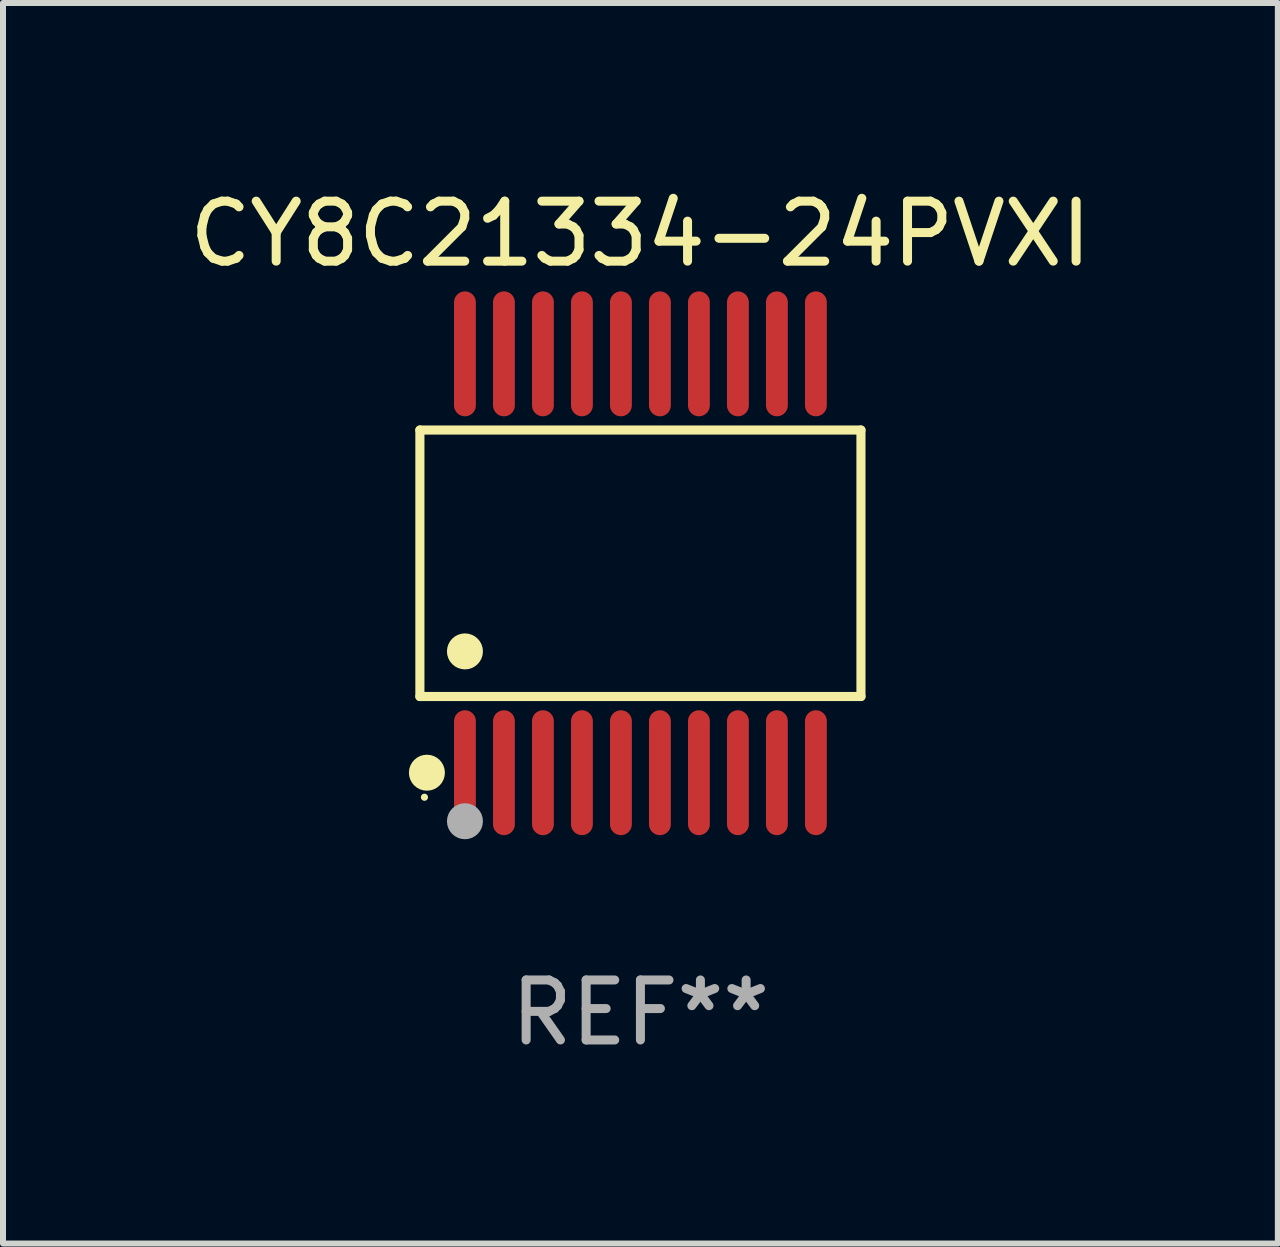
<source format=kicad_pcb>
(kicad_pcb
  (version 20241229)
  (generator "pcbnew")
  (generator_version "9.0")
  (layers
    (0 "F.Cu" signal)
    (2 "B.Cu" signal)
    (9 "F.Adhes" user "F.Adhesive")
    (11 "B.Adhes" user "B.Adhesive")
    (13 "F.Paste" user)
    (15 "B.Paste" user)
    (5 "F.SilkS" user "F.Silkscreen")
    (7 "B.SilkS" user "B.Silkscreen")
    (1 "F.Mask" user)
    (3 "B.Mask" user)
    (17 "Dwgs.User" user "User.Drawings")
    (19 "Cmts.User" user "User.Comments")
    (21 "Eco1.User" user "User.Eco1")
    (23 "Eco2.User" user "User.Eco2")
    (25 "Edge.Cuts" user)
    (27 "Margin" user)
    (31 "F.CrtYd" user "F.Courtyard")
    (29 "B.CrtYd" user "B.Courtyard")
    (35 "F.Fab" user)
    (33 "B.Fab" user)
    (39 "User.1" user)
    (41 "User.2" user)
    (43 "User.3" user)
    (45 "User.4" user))
  (footprint "CY8C21334-24PVXI"
    (layer "F.Cu")
    (at 7.625 6.339)
    (property "Reference" "CY8C21334-24PVXI" (at 0 -5.491 0) (layer "F.SilkS") (effects (font (size 1 1) (thickness 0.15))))
    (attr through_hole)
    (fp_line (start -3.676 -2.221) (end 3.676 -2.221) (stroke (width 0.152) (type solid)) (layer "F.SilkS"))
    (fp_line (start -3.676 2.221) (end -3.676 -2.221) (stroke (width 0.152) (type solid)) (layer "F.SilkS"))
    (fp_line (start 3.676 -2.221) (end 3.676 2.221) (stroke (width 0.152) (type solid)) (layer "F.SilkS"))
    (fp_line (start 3.676 2.221) (end -3.676 2.221) (stroke (width 0.152) (type solid)) (layer "F.SilkS"))
    (fp_circle (center -3.6 3.9) (end -3.57 3.9) (stroke (width 0.06) (type solid)) (fill no) (layer "F.SilkS"))
    (fp_circle (center -3.559 3.491) (end -3.409 3.491) (stroke (width 0.3) (type solid)) (fill no) (layer "F.SilkS"))
    (fp_circle (center -2.925 1.469) (end -2.775 1.469) (stroke (width 0.3) (type solid)) (fill no) (layer "F.SilkS"))
    (fp_circle (center -2.925 4.3) (end -2.775 4.3) (stroke (width 0.3) (type solid)) (fill no) (layer "F.Fab"))
    (fp_text user "REF**" (at 0 7.491 0) (layer "F.Fab") (effects (font (size 1 1) (thickness 0.15))))
    (pad "1" smd oval (at -2.925 3.491) (size 0.364 2.082) (layers "F.Cu" "F.Mask" "F.Paste"))
    (pad "2" smd oval (at -2.275 3.491) (size 0.364 2.082) (layers "F.Cu" "F.Mask" "F.Paste"))
    (pad "3" smd oval (at -1.625 3.491) (size 0.364 2.082) (layers "F.Cu" "F.Mask" "F.Paste"))
    (pad "4" smd oval (at -0.975 3.491) (size 0.364 2.082) (layers "F.Cu" "F.Mask" "F.Paste"))
    (pad "5" smd oval (at -0.325 3.491) (size 0.364 2.082) (layers "F.Cu" "F.Mask" "F.Paste"))
    (pad "6" smd oval (at 0.325 3.491) (size 0.364 2.082) (layers "F.Cu" "F.Mask" "F.Paste"))
    (pad "7" smd oval (at 0.975 3.491) (size 0.364 2.082) (layers "F.Cu" "F.Mask" "F.Paste"))
    (pad "8" smd oval (at 1.625 3.491) (size 0.364 2.082) (layers "F.Cu" "F.Mask" "F.Paste"))
    (pad "9" smd oval (at 2.275 3.491) (size 0.364 2.082) (layers "F.Cu" "F.Mask" "F.Paste"))
    (pad "10" smd oval (at 2.925 3.491) (size 0.364 2.082) (layers "F.Cu" "F.Mask" "F.Paste"))
    (pad "11" smd oval (at 2.925 -3.491) (size 0.364 2.082) (layers "F.Cu" "F.Mask" "F.Paste"))
    (pad "12" smd oval (at 2.275 -3.491) (size 0.364 2.082) (layers "F.Cu" "F.Mask" "F.Paste"))
    (pad "13" smd oval (at 1.625 -3.491) (size 0.364 2.082) (layers "F.Cu" "F.Mask" "F.Paste"))
    (pad "14" smd oval (at 0.975 -3.491) (size 0.364 2.082) (layers "F.Cu" "F.Mask" "F.Paste"))
    (pad "15" smd oval (at 0.325 -3.491) (size 0.364 2.082) (layers "F.Cu" "F.Mask" "F.Paste"))
    (pad "16" smd oval (at -0.325 -3.491) (size 0.364 2.082) (layers "F.Cu" "F.Mask" "F.Paste"))
    (pad "17" smd oval (at -0.975 -3.491) (size 0.364 2.082) (layers "F.Cu" "F.Mask" "F.Paste"))
    (pad "18" smd oval (at -1.625 -3.491) (size 0.364 2.082) (layers "F.Cu" "F.Mask" "F.Paste"))
    (pad "19" smd oval (at -2.275 -3.491) (size 0.364 2.082) (layers "F.Cu" "F.Mask" "F.Paste"))
    (pad "20" smd oval (at -2.925 -3.491) (size 0.364 2.082) (layers "F.Cu" "F.Mask" "F.Paste")))
  (gr_rect
    (start -3 -3)
    (end 18.25 17.678)
    (stroke (width 0.1) (type default))
    (fill no)
    (layer "Edge.Cuts")))
</source>
